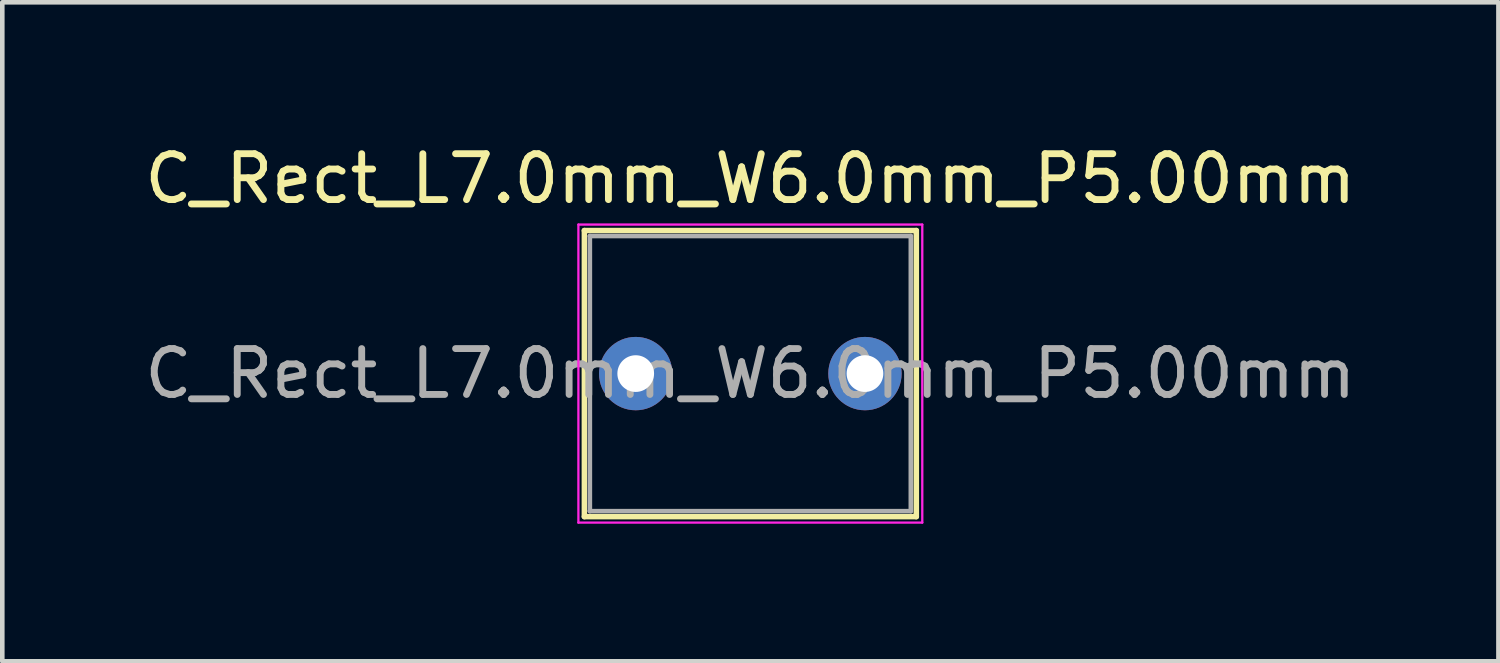
<source format=kicad_pcb>
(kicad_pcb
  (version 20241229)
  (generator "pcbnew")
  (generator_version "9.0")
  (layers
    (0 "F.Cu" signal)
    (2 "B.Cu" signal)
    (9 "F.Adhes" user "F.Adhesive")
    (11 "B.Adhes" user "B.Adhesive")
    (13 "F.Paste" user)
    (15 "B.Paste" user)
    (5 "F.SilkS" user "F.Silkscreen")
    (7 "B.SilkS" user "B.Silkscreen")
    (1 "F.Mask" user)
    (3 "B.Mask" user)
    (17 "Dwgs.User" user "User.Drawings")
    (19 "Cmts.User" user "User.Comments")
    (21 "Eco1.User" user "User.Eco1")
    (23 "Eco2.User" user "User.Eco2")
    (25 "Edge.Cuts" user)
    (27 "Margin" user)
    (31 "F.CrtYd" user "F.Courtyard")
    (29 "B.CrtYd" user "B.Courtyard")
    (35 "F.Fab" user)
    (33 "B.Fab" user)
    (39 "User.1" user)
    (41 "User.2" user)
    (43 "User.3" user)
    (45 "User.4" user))
  (footprint "C_Rect_L7.0mm_W6.0mm_P5.00mm"
    (layer "F.Cu")
    (at 10.815 5.098)
    (property "Reference" "C_Rect_L7.0mm_W6.0mm_P5.00mm" (at 2.5 -4.25 0) (layer "F.SilkS") (effects (font (size 1 1) (thickness 0.15))))
    (attr through_hole)
    (fp_line (start -1.12 -3.12) (end -1.12 3.12) (stroke (width 0.12) (type solid)) (layer "F.SilkS"))
    (fp_line (start -1.12 -3.12) (end 6.12 -3.12) (stroke (width 0.12) (type solid)) (layer "F.SilkS"))
    (fp_line (start -1.12 3.12) (end 6.12 3.12) (stroke (width 0.12) (type solid)) (layer "F.SilkS"))
    (fp_line (start 6.12 -3.12) (end 6.12 3.12) (stroke (width 0.12) (type solid)) (layer "F.SilkS"))
    (fp_line (start -1.25 -3.25) (end -1.25 3.25) (stroke (width 0.05) (type solid)) (layer "F.CrtYd"))
    (fp_line (start -1.25 3.25) (end 6.25 3.25) (stroke (width 0.05) (type solid)) (layer "F.CrtYd"))
    (fp_line (start 6.25 -3.25) (end -1.25 -3.25) (stroke (width 0.05) (type solid)) (layer "F.CrtYd"))
    (fp_line (start 6.25 3.25) (end 6.25 -3.25) (stroke (width 0.05) (type solid)) (layer "F.CrtYd"))
    (fp_line (start -1 -3) (end -1 3) (stroke (width 0.1) (type solid)) (layer "F.Fab"))
    (fp_line (start -1 3) (end 6 3) (stroke (width 0.1) (type solid)) (layer "F.Fab"))
    (fp_line (start 6 -3) (end -1 -3) (stroke (width 0.1) (type solid)) (layer "F.Fab"))
    (fp_line (start 6 3) (end 6 -3) (stroke (width 0.1) (type solid)) (layer "F.Fab"))
    (fp_text user "${REFERENCE}" (at 2.5 0 0) (layer "F.Fab") (effects (font (size 1 1) (thickness 0.15))))
    (pad "1" thru_hole circle (at 0 0) (size 1.6 1.6) (drill 0.8) (layers "*.Cu" "*.Mask"))
    (pad "2" thru_hole circle (at 5 0) (size 1.6 1.6) (drill 0.8) (layers "*.Cu" "*.Mask")))
  (gr_rect
    (start -3 -3)
    (end 29.631 11.373)
    (stroke (width 0.1) (type default))
    (fill no)
    (layer "Edge.Cuts")))
</source>
